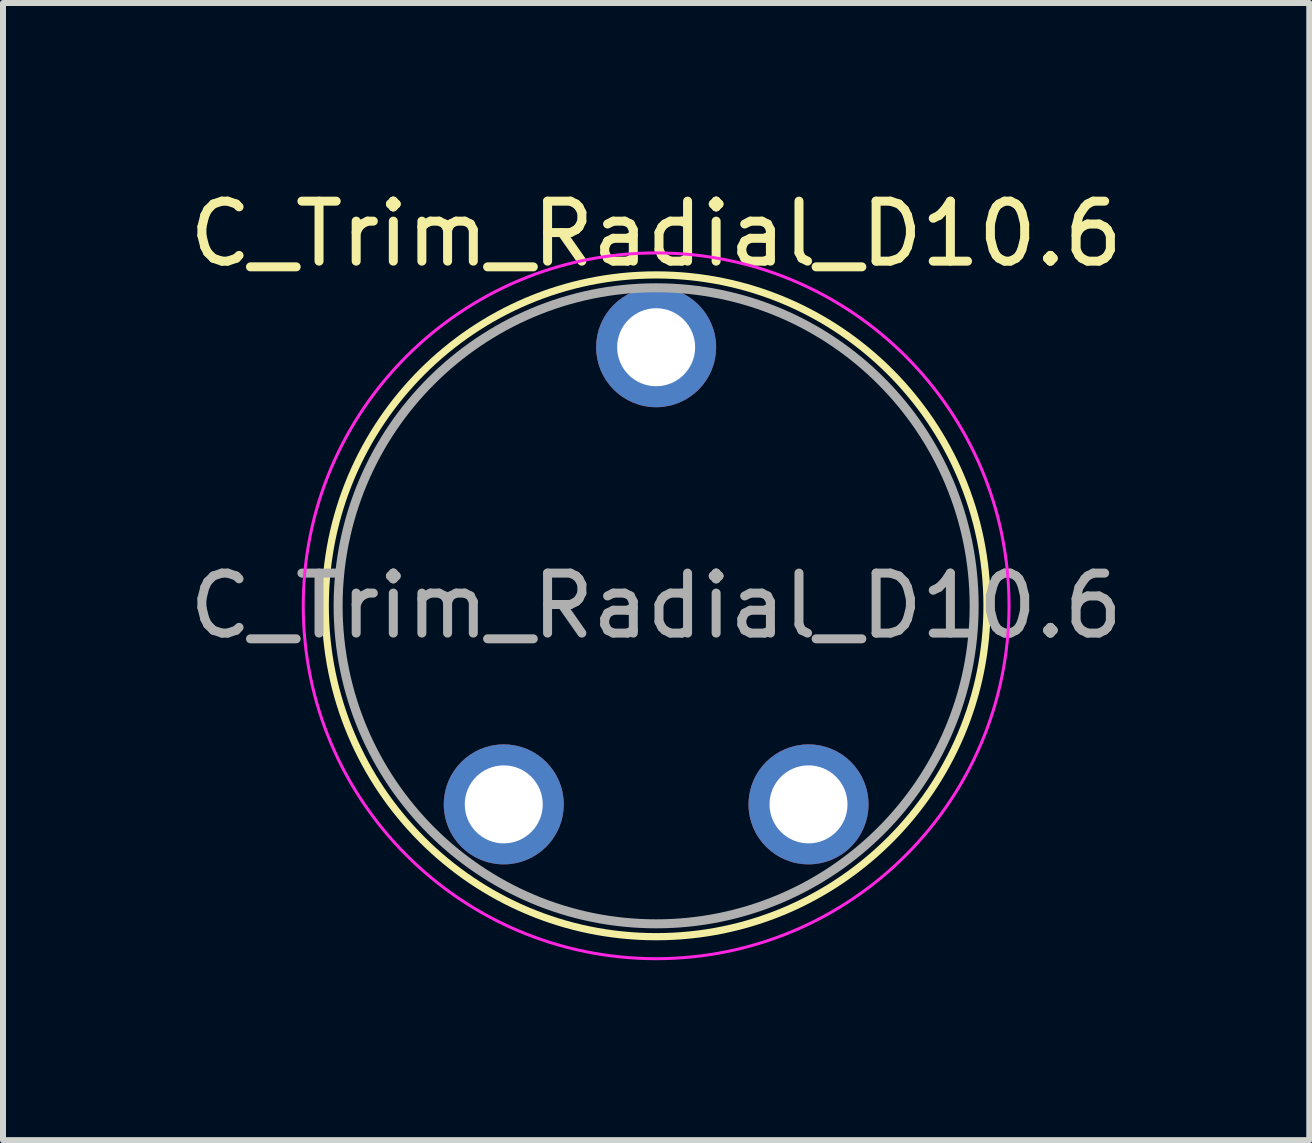
<source format=kicad_pcb>
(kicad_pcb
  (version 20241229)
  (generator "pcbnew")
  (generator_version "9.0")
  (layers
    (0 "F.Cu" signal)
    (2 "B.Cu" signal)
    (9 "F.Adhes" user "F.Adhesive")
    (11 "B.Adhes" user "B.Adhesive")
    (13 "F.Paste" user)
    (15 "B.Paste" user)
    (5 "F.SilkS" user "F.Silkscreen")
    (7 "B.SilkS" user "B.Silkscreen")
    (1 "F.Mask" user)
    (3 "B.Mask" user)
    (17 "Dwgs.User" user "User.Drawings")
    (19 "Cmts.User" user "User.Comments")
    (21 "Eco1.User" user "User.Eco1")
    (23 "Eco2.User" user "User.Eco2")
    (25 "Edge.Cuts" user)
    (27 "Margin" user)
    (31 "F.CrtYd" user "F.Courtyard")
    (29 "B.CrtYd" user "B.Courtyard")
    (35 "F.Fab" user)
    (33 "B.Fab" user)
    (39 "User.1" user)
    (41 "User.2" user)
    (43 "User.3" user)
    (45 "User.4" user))
  (footprint "C_Trim_Radial_D10.6"
    (layer "F.Cu")
    (at 7.887 6.548)
    (property "Reference" "C_Trim_Radial_D10.6" (at 0 -5.7 0) (layer "F.SilkS") (effects (font (size 1 1) (thickness 0.15))))
    (attr through_hole)
    (fp_circle (center 0 0.5) (end 5.1 -1.6) (stroke (width 0.12) (type solid)) (fill no) (layer "F.SilkS"))
    (fp_circle (center 0 0.5) (end 5.6 -1.3) (stroke (width 0.05) (type solid)) (fill no) (layer "F.CrtYd"))
    (fp_circle (center 0 0.5) (end 5.3 0.6) (stroke (width 0.15) (type solid)) (fill no) (layer "F.Fab"))
    (fp_text user "${REFERENCE}" (at 0 0.5 0) (layer "F.Fab") (effects (font (size 1 1) (thickness 0.15))))
    (pad "1" thru_hole circle (at 0 -3.81) (size 2 2) (drill 1.3) (layers "*.Cu" "*.Mask"))
    (pad "2" thru_hole circle (at -2.54 3.81) (size 2 2) (drill 1.3) (layers "*.Cu" "*.Mask"))
    (pad "2" thru_hole circle (at 2.54 3.81) (size 2 2) (drill 1.3) (layers "*.Cu" "*.Mask")))
  (gr_rect
    (start -3 -3)
    (end 18.774 15.955)
    (stroke (width 0.1) (type default))
    (fill no)
    (layer "Edge.Cuts")))
</source>
